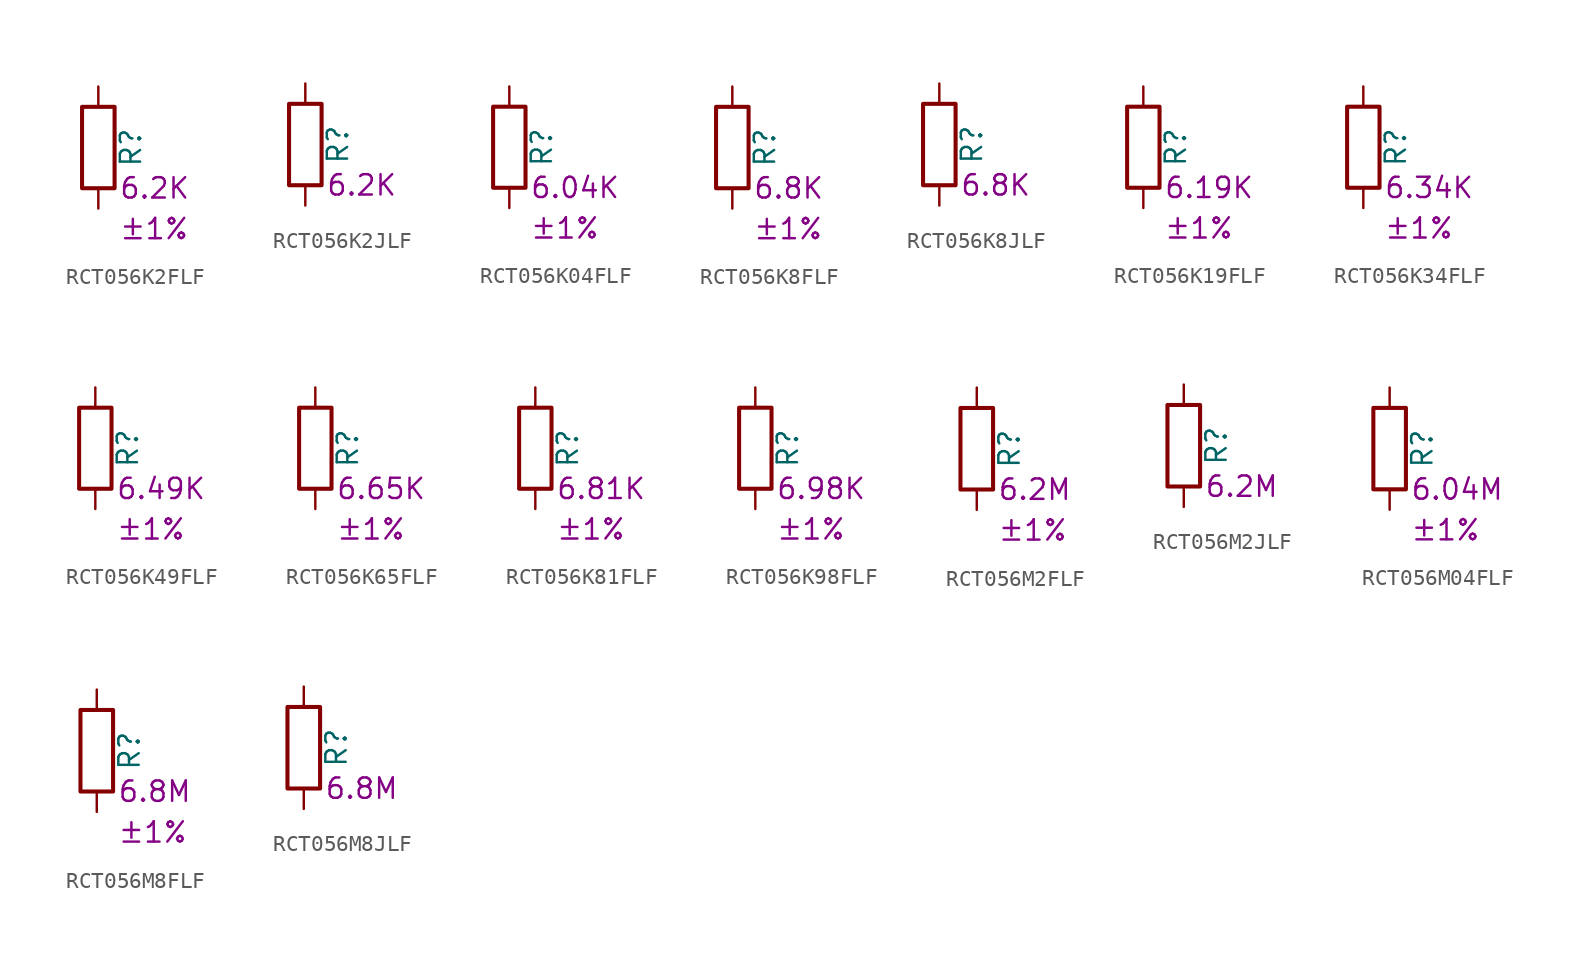
<source format=kicad_sym>
(kicad_symbol_lib
  (version 20220914)
  (generator kicad_symbol_editor)
  (symbol "RCT056K2FLF"
    (pin_numbers hide)
    (pin_names
      (offset 0))
    (property "Reference" "R"
      (at 2.032 0 90)
      (effects (font (size 1.27 1.27))))
    (property "Resistance" "6.2K"
      (at 1.27 -2.54 0)
      (effects (font (size 1.27 1.27)) (justify left)))
    (property "Tolerance" "±1%"
      (at 1.27 -5.08 0)
      (effects (font (size 1.27 1.27)) (justify left)))
    (symbol "RCT056K2FLF_0_1"
      (rectangle (start -1.016 -2.54) (end 1.016 2.54) (stroke (width 0.254) (type default)) (fill (type none))))
    (symbol "RCT056K2FLF_1_1"
      (pin passive line (at 0 3.81 270) (length 1.27) (name "~" (effects (font (size 1.27 1.27)))) (number "1" (effects (font (size 1.27 1.27)))))
      (pin passive line (at 0 -3.81 90) (length 1.27) (name "~" (effects (font (size 1.27 1.27)))) (number "2" (effects (font (size 1.27 1.27)))))))
  (symbol "RCT056K2JLF"
    (pin_numbers hide)
    (pin_names
      (offset 0))
    (property "Reference" "R"
      (at 2.032 0 90)
      (effects (font (size 1.27 1.27))))
    (property "Resistance" "6.2K"
      (at 1.27 -2.54 0)
      (effects (font (size 1.27 1.27)) (justify left)))
    (symbol "RCT056K2JLF_0_1"
      (rectangle (start -1.016 -2.54) (end 1.016 2.54) (stroke (width 0.254) (type default)) (fill (type none))))
    (symbol "RCT056K2JLF_1_1"
      (pin passive line (at 0 3.81 270) (length 1.27) (name "~" (effects (font (size 1.27 1.27)))) (number "1" (effects (font (size 1.27 1.27)))))
      (pin passive line (at 0 -3.81 90) (length 1.27) (name "~" (effects (font (size 1.27 1.27)))) (number "2" (effects (font (size 1.27 1.27)))))))
  (symbol "RCT056K04FLF"
    (pin_numbers hide)
    (pin_names
      (offset 0))
    (property "Reference" "R"
      (at 2.032 0 90)
      (effects (font (size 1.27 1.27))))
    (property "Resistance" "6.04K"
      (at 1.27 -2.54 0)
      (effects (font (size 1.27 1.27)) (justify left)))
    (property "Tolerance" "±1%"
      (at 1.27 -5.08 0)
      (effects (font (size 1.27 1.27)) (justify left)))
    (symbol "RCT056K04FLF_0_1"
      (rectangle (start -1.016 -2.54) (end 1.016 2.54) (stroke (width 0.254) (type default)) (fill (type none))))
    (symbol "RCT056K04FLF_1_1"
      (pin passive line (at 0 3.81 270) (length 1.27) (name "~" (effects (font (size 1.27 1.27)))) (number "1" (effects (font (size 1.27 1.27)))))
      (pin passive line (at 0 -3.81 90) (length 1.27) (name "~" (effects (font (size 1.27 1.27)))) (number "2" (effects (font (size 1.27 1.27)))))))
  (symbol "RCT056K8FLF"
    (pin_numbers hide)
    (pin_names
      (offset 0))
    (property "Reference" "R"
      (at 2.032 0 90)
      (effects (font (size 1.27 1.27))))
    (property "Resistance" "6.8K"
      (at 1.27 -2.54 0)
      (effects (font (size 1.27 1.27)) (justify left)))
    (property "Tolerance" "±1%"
      (at 1.27 -5.08 0)
      (effects (font (size 1.27 1.27)) (justify left)))
    (symbol "RCT056K8FLF_0_1"
      (rectangle (start -1.016 -2.54) (end 1.016 2.54) (stroke (width 0.254) (type default)) (fill (type none))))
    (symbol "RCT056K8FLF_1_1"
      (pin passive line (at 0 3.81 270) (length 1.27) (name "~" (effects (font (size 1.27 1.27)))) (number "1" (effects (font (size 1.27 1.27)))))
      (pin passive line (at 0 -3.81 90) (length 1.27) (name "~" (effects (font (size 1.27 1.27)))) (number "2" (effects (font (size 1.27 1.27)))))))
  (symbol "RCT056K8JLF"
    (pin_numbers hide)
    (pin_names
      (offset 0))
    (property "Reference" "R"
      (at 2.032 0 90)
      (effects (font (size 1.27 1.27))))
    (property "Resistance" "6.8K"
      (at 1.27 -2.54 0)
      (effects (font (size 1.27 1.27)) (justify left)))
    (symbol "RCT056K8JLF_0_1"
      (rectangle (start -1.016 -2.54) (end 1.016 2.54) (stroke (width 0.254) (type default)) (fill (type none))))
    (symbol "RCT056K8JLF_1_1"
      (pin passive line (at 0 3.81 270) (length 1.27) (name "~" (effects (font (size 1.27 1.27)))) (number "1" (effects (font (size 1.27 1.27)))))
      (pin passive line (at 0 -3.81 90) (length 1.27) (name "~" (effects (font (size 1.27 1.27)))) (number "2" (effects (font (size 1.27 1.27)))))))
  (symbol "RCT056K19FLF"
    (pin_numbers hide)
    (pin_names
      (offset 0))
    (property "Reference" "R"
      (at 2.032 0 90)
      (effects (font (size 1.27 1.27))))
    (property "Resistance" "6.19K"
      (at 1.27 -2.54 0)
      (effects (font (size 1.27 1.27)) (justify left)))
    (property "Tolerance" "±1%"
      (at 1.27 -5.08 0)
      (effects (font (size 1.27 1.27)) (justify left)))
    (symbol "RCT056K19FLF_0_1"
      (rectangle (start -1.016 -2.54) (end 1.016 2.54) (stroke (width 0.254) (type default)) (fill (type none))))
    (symbol "RCT056K19FLF_1_1"
      (pin passive line (at 0 3.81 270) (length 1.27) (name "~" (effects (font (size 1.27 1.27)))) (number "1" (effects (font (size 1.27 1.27)))))
      (pin passive line (at 0 -3.81 90) (length 1.27) (name "~" (effects (font (size 1.27 1.27)))) (number "2" (effects (font (size 1.27 1.27)))))))
  (symbol "RCT056K34FLF"
    (pin_numbers hide)
    (pin_names
      (offset 0))
    (property "Reference" "R"
      (at 2.032 0 90)
      (effects (font (size 1.27 1.27))))
    (property "Resistance" "6.34K"
      (at 1.27 -2.54 0)
      (effects (font (size 1.27 1.27)) (justify left)))
    (property "Tolerance" "±1%"
      (at 1.27 -5.08 0)
      (effects (font (size 1.27 1.27)) (justify left)))
    (symbol "RCT056K34FLF_0_1"
      (rectangle (start -1.016 -2.54) (end 1.016 2.54) (stroke (width 0.254) (type default)) (fill (type none))))
    (symbol "RCT056K34FLF_1_1"
      (pin passive line (at 0 3.81 270) (length 1.27) (name "~" (effects (font (size 1.27 1.27)))) (number "1" (effects (font (size 1.27 1.27)))))
      (pin passive line (at 0 -3.81 90) (length 1.27) (name "~" (effects (font (size 1.27 1.27)))) (number "2" (effects (font (size 1.27 1.27)))))))
  (symbol "RCT056K49FLF"
    (pin_numbers hide)
    (pin_names
      (offset 0))
    (property "Reference" "R"
      (at 2.032 0 90)
      (effects (font (size 1.27 1.27))))
    (property "Resistance" "6.49K"
      (at 1.27 -2.54 0)
      (effects (font (size 1.27 1.27)) (justify left)))
    (property "Tolerance" "±1%"
      (at 1.27 -5.08 0)
      (effects (font (size 1.27 1.27)) (justify left)))
    (symbol "RCT056K49FLF_0_1"
      (rectangle (start -1.016 -2.54) (end 1.016 2.54) (stroke (width 0.254) (type default)) (fill (type none))))
    (symbol "RCT056K49FLF_1_1"
      (pin passive line (at 0 3.81 270) (length 1.27) (name "~" (effects (font (size 1.27 1.27)))) (number "1" (effects (font (size 1.27 1.27)))))
      (pin passive line (at 0 -3.81 90) (length 1.27) (name "~" (effects (font (size 1.27 1.27)))) (number "2" (effects (font (size 1.27 1.27)))))))
  (symbol "RCT056K65FLF"
    (pin_numbers hide)
    (pin_names
      (offset 0))
    (property "Reference" "R"
      (at 2.032 0 90)
      (effects (font (size 1.27 1.27))))
    (property "Resistance" "6.65K"
      (at 1.27 -2.54 0)
      (effects (font (size 1.27 1.27)) (justify left)))
    (property "Tolerance" "±1%"
      (at 1.27 -5.08 0)
      (effects (font (size 1.27 1.27)) (justify left)))
    (symbol "RCT056K65FLF_0_1"
      (rectangle (start -1.016 -2.54) (end 1.016 2.54) (stroke (width 0.254) (type default)) (fill (type none))))
    (symbol "RCT056K65FLF_1_1"
      (pin passive line (at 0 3.81 270) (length 1.27) (name "~" (effects (font (size 1.27 1.27)))) (number "1" (effects (font (size 1.27 1.27)))))
      (pin passive line (at 0 -3.81 90) (length 1.27) (name "~" (effects (font (size 1.27 1.27)))) (number "2" (effects (font (size 1.27 1.27)))))))
  (symbol "RCT056K81FLF"
    (pin_numbers hide)
    (pin_names
      (offset 0))
    (property "Reference" "R"
      (at 2.032 0 90)
      (effects (font (size 1.27 1.27))))
    (property "Resistance" "6.81K"
      (at 1.27 -2.54 0)
      (effects (font (size 1.27 1.27)) (justify left)))
    (property "Tolerance" "±1%"
      (at 1.27 -5.08 0)
      (effects (font (size 1.27 1.27)) (justify left)))
    (symbol "RCT056K81FLF_0_1"
      (rectangle (start -1.016 -2.54) (end 1.016 2.54) (stroke (width 0.254) (type default)) (fill (type none))))
    (symbol "RCT056K81FLF_1_1"
      (pin passive line (at 0 3.81 270) (length 1.27) (name "~" (effects (font (size 1.27 1.27)))) (number "1" (effects (font (size 1.27 1.27)))))
      (pin passive line (at 0 -3.81 90) (length 1.27) (name "~" (effects (font (size 1.27 1.27)))) (number "2" (effects (font (size 1.27 1.27)))))))
  (symbol "RCT056K98FLF"
    (pin_numbers hide)
    (pin_names
      (offset 0))
    (property "Reference" "R"
      (at 2.032 0 90)
      (effects (font (size 1.27 1.27))))
    (property "Resistance" "6.98K"
      (at 1.27 -2.54 0)
      (effects (font (size 1.27 1.27)) (justify left)))
    (property "Tolerance" "±1%"
      (at 1.27 -5.08 0)
      (effects (font (size 1.27 1.27)) (justify left)))
    (symbol "RCT056K98FLF_0_1"
      (rectangle (start -1.016 -2.54) (end 1.016 2.54) (stroke (width 0.254) (type default)) (fill (type none))))
    (symbol "RCT056K98FLF_1_1"
      (pin passive line (at 0 3.81 270) (length 1.27) (name "~" (effects (font (size 1.27 1.27)))) (number "1" (effects (font (size 1.27 1.27)))))
      (pin passive line (at 0 -3.81 90) (length 1.27) (name "~" (effects (font (size 1.27 1.27)))) (number "2" (effects (font (size 1.27 1.27)))))))
  (symbol "RCT056M2FLF"
    (pin_numbers hide)
    (pin_names
      (offset 0))
    (property "Reference" "R"
      (at 2.032 0 90)
      (effects (font (size 1.27 1.27))))
    (property "Resistance" "6.2M"
      (at 1.27 -2.54 0)
      (effects (font (size 1.27 1.27)) (justify left)))
    (property "Tolerance" "±1%"
      (at 1.27 -5.08 0)
      (effects (font (size 1.27 1.27)) (justify left)))
    (symbol "RCT056M2FLF_0_1"
      (rectangle (start -1.016 -2.54) (end 1.016 2.54) (stroke (width 0.254) (type default)) (fill (type none))))
    (symbol "RCT056M2FLF_1_1"
      (pin passive line (at 0 3.81 270) (length 1.27) (name "~" (effects (font (size 1.27 1.27)))) (number "1" (effects (font (size 1.27 1.27)))))
      (pin passive line (at 0 -3.81 90) (length 1.27) (name "~" (effects (font (size 1.27 1.27)))) (number "2" (effects (font (size 1.27 1.27)))))))
  (symbol "RCT056M2JLF"
    (pin_numbers hide)
    (pin_names
      (offset 0))
    (property "Reference" "R"
      (at 2.032 0 90)
      (effects (font (size 1.27 1.27))))
    (property "Resistance" "6.2M"
      (at 1.27 -2.54 0)
      (effects (font (size 1.27 1.27)) (justify left)))
    (symbol "RCT056M2JLF_0_1"
      (rectangle (start -1.016 -2.54) (end 1.016 2.54) (stroke (width 0.254) (type default)) (fill (type none))))
    (symbol "RCT056M2JLF_1_1"
      (pin passive line (at 0 3.81 270) (length 1.27) (name "~" (effects (font (size 1.27 1.27)))) (number "1" (effects (font (size 1.27 1.27)))))
      (pin passive line (at 0 -3.81 90) (length 1.27) (name "~" (effects (font (size 1.27 1.27)))) (number "2" (effects (font (size 1.27 1.27)))))))
  (symbol "RCT056M04FLF"
    (pin_numbers hide)
    (pin_names
      (offset 0))
    (property "Reference" "R"
      (at 2.032 0 90)
      (effects (font (size 1.27 1.27))))
    (property "Resistance" "6.04M"
      (at 1.27 -2.54 0)
      (effects (font (size 1.27 1.27)) (justify left)))
    (property "Tolerance" "±1%"
      (at 1.27 -5.08 0)
      (effects (font (size 1.27 1.27)) (justify left)))
    (symbol "RCT056M04FLF_0_1"
      (rectangle (start -1.016 -2.54) (end 1.016 2.54) (stroke (width 0.254) (type default)) (fill (type none))))
    (symbol "RCT056M04FLF_1_1"
      (pin passive line (at 0 3.81 270) (length 1.27) (name "~" (effects (font (size 1.27 1.27)))) (number "1" (effects (font (size 1.27 1.27)))))
      (pin passive line (at 0 -3.81 90) (length 1.27) (name "~" (effects (font (size 1.27 1.27)))) (number "2" (effects (font (size 1.27 1.27)))))))
  (symbol "RCT056M8FLF"
    (pin_numbers hide)
    (pin_names
      (offset 0))
    (property "Reference" "R"
      (at 2.032 0 90)
      (effects (font (size 1.27 1.27))))
    (property "Resistance" "6.8M"
      (at 1.27 -2.54 0)
      (effects (font (size 1.27 1.27)) (justify left)))
    (property "Tolerance" "±1%"
      (at 1.27 -5.08 0)
      (effects (font (size 1.27 1.27)) (justify left)))
    (symbol "RCT056M8FLF_0_1"
      (rectangle (start -1.016 -2.54) (end 1.016 2.54) (stroke (width 0.254) (type default)) (fill (type none))))
    (symbol "RCT056M8FLF_1_1"
      (pin passive line (at 0 3.81 270) (length 1.27) (name "~" (effects (font (size 1.27 1.27)))) (number "1" (effects (font (size 1.27 1.27)))))
      (pin passive line (at 0 -3.81 90) (length 1.27) (name "~" (effects (font (size 1.27 1.27)))) (number "2" (effects (font (size 1.27 1.27)))))))
  (symbol "RCT056M8JLF"
    (pin_numbers hide)
    (pin_names
      (offset 0))
    (property "Reference" "R"
      (at 2.032 0 90)
      (effects (font (size 1.27 1.27))))
    (property "Resistance" "6.8M"
      (at 1.27 -2.54 0)
      (effects (font (size 1.27 1.27)) (justify left)))
    (symbol "RCT056M8JLF_0_1"
      (rectangle (start -1.016 -2.54) (end 1.016 2.54) (stroke (width 0.254) (type default)) (fill (type none))))
    (symbol "RCT056M8JLF_1_1"
      (pin passive line (at 0 3.81 270) (length 1.27) (name "~" (effects (font (size 1.27 1.27)))) (number "1" (effects (font (size 1.27 1.27)))))
      (pin passive line (at 0 -3.81 90) (length 1.27) (name "~" (effects (font (size 1.27 1.27)))) (number "2" (effects (font (size 1.27 1.27))))))))
</source>
